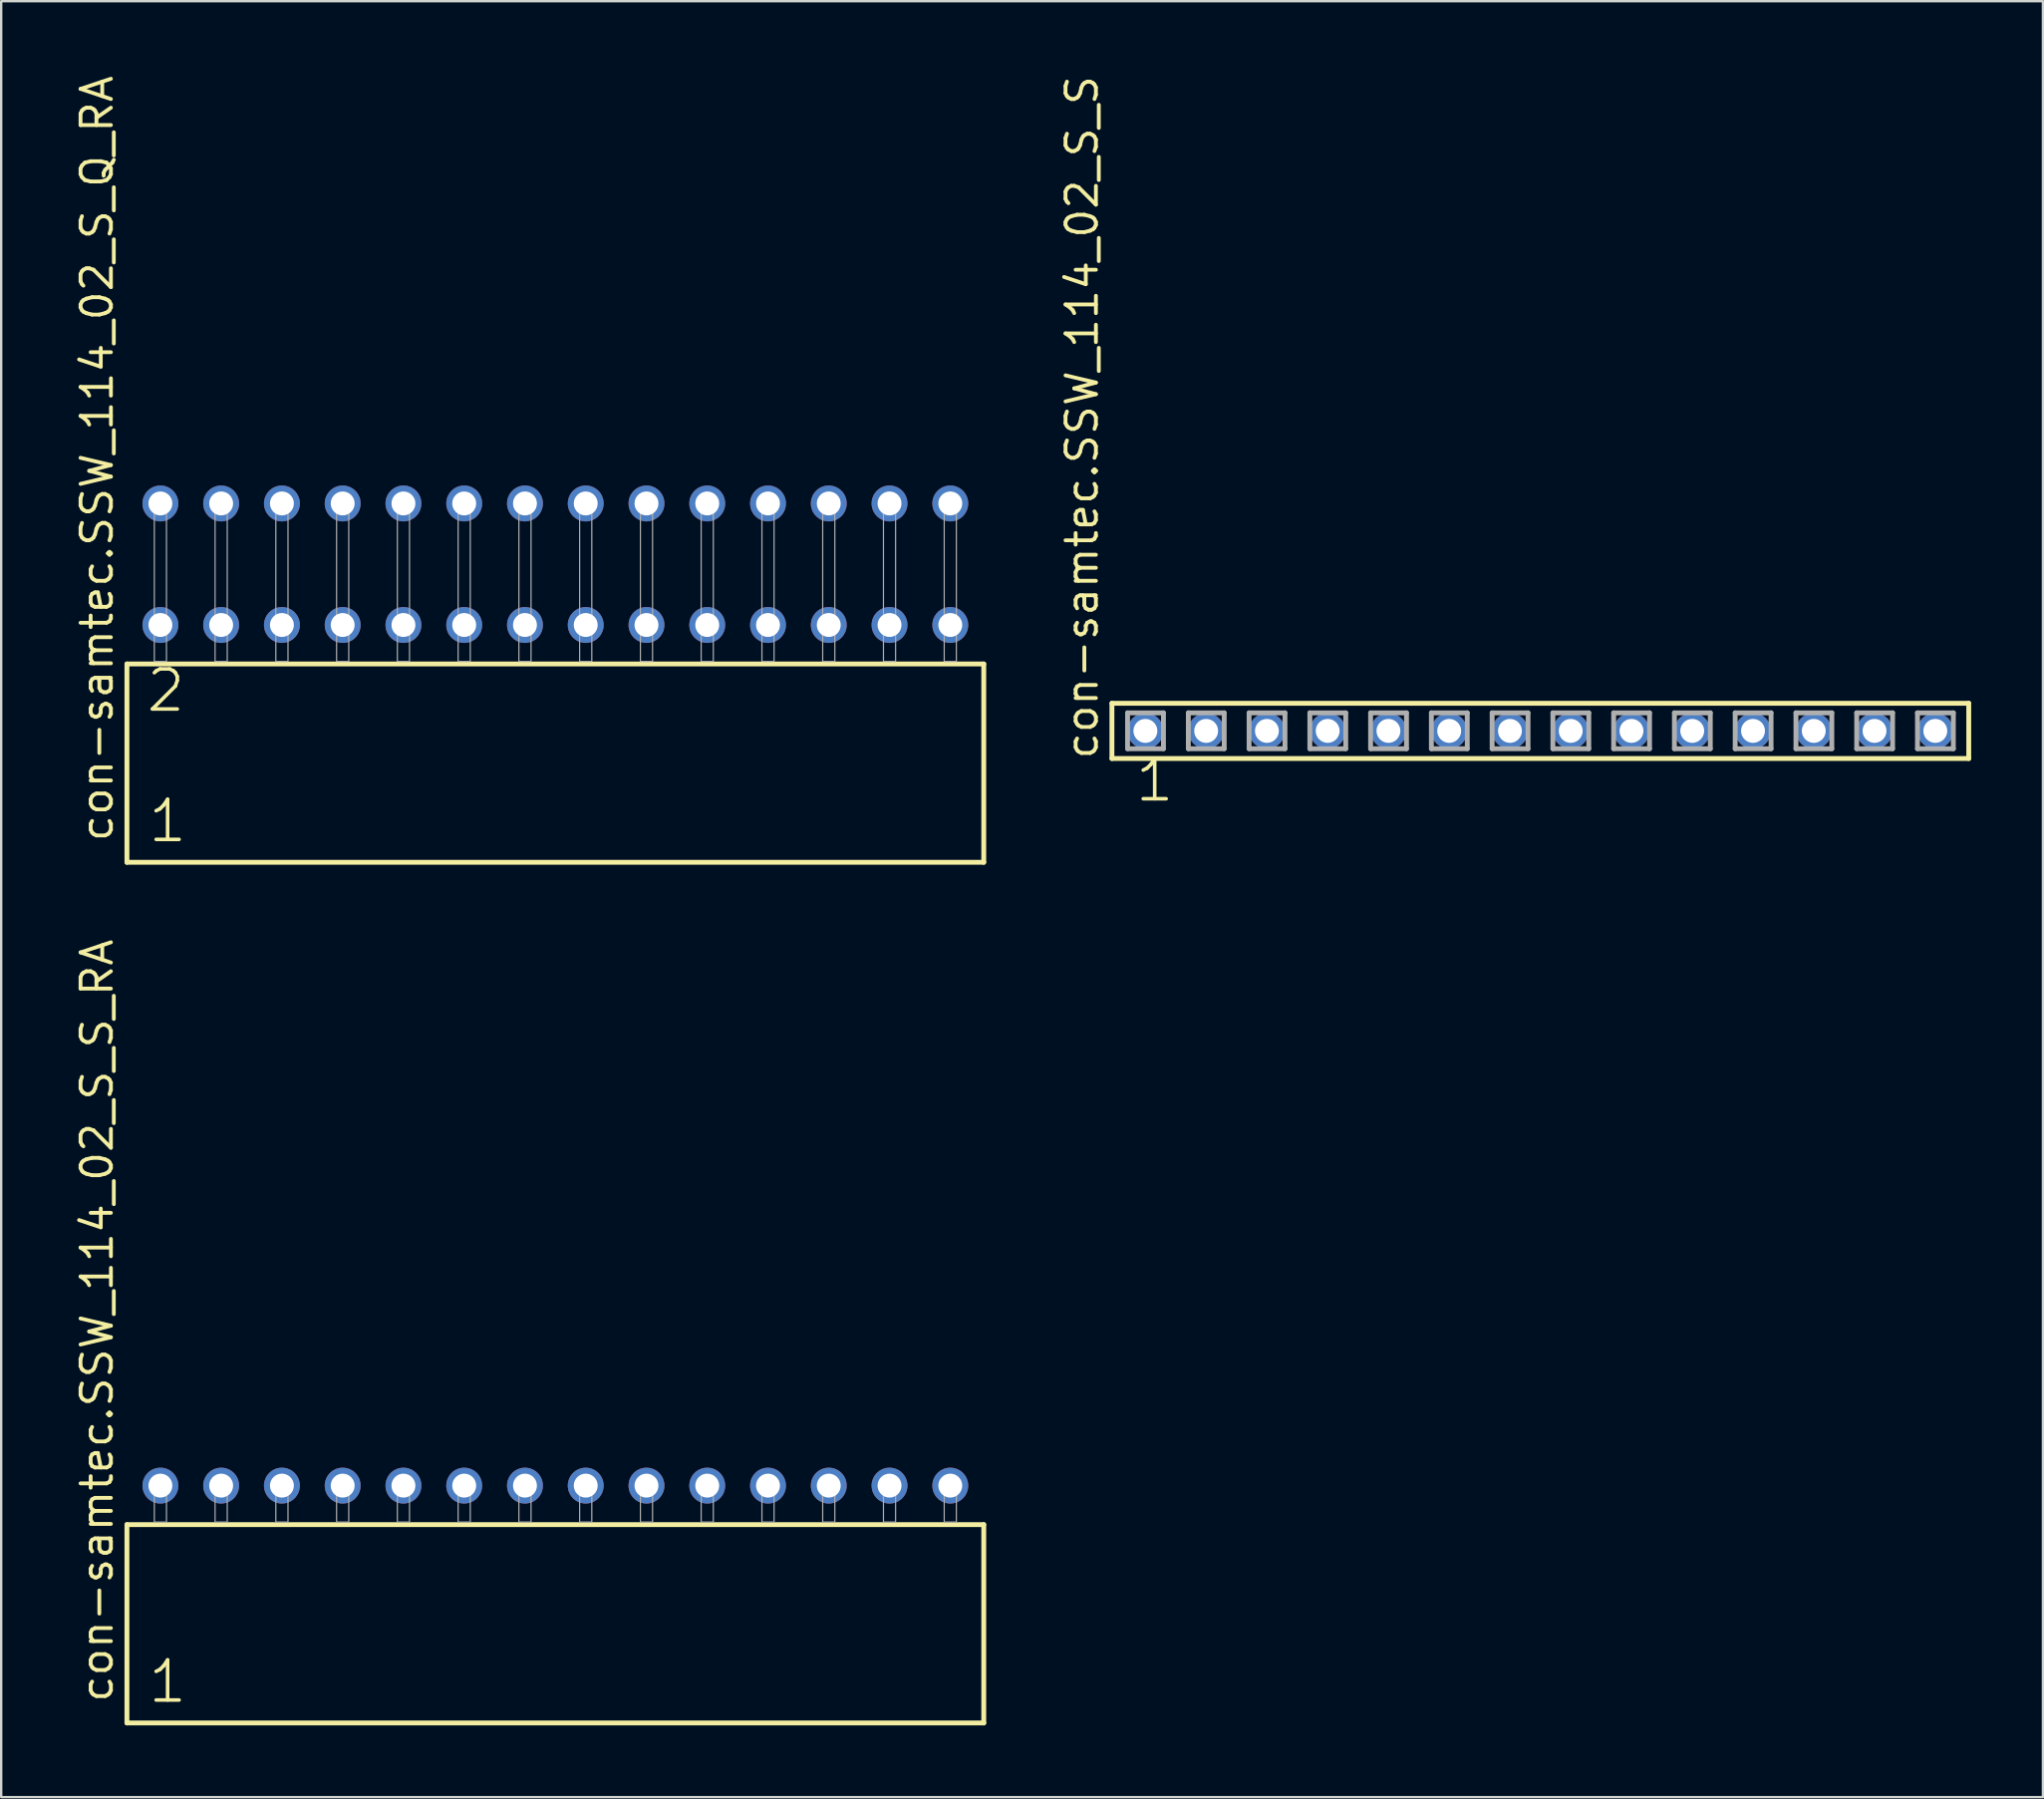
<source format=kicad_pcb>
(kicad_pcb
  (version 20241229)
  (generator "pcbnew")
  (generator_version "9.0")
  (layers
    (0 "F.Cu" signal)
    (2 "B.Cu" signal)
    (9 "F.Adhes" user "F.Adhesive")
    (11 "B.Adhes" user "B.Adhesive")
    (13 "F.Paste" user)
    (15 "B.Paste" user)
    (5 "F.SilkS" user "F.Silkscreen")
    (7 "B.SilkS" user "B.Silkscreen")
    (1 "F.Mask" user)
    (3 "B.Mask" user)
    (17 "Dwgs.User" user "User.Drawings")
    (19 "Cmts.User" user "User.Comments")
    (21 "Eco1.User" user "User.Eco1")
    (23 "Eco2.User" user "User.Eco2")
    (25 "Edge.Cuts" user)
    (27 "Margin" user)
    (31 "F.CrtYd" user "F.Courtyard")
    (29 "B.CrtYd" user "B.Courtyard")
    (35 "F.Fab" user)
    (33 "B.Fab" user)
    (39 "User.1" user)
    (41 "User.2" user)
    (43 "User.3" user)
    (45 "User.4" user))
  (footprint "con-samtec.SSW_114_02_S_S_RA"
    (layer "F.Cu")
    (at 20.165 60.572)
    (property "Reference" "con-samtec.SSW_114_02_S_S_RA" (at -18.415 7.62 90) (layer "F.SilkS") (effects (font (size 1.27 1.27) (thickness 0.16)) (justify left bottom)))
    (attr through_hole)
    (fp_line (start -17.909 0.106) (end -17.909 8.396) (stroke (width 0.203) (type default)) (layer "F.SilkS"))
    (fp_line (start -17.909 8.396) (end 17.909 8.396) (stroke (width 0.203) (type default)) (layer "F.SilkS"))
    (fp_line (start 17.909 0.106) (end -17.909 0.106) (stroke (width 0.203) (type default)) (layer "F.SilkS"))
    (fp_line (start 17.909 8.396) (end 17.909 0.106) (stroke (width 0.203) (type default)) (layer "F.SilkS"))
    (fp_rect (start -16.764 0) (end -16.256 -1.778) (stroke (width 0.05) (type default)) (fill no) (layer "F.Fab"))
    (fp_rect (start -14.224 0) (end -13.716 -1.778) (stroke (width 0.05) (type default)) (fill no) (layer "F.Fab"))
    (fp_rect (start -11.684 0) (end -11.176 -1.778) (stroke (width 0.05) (type default)) (fill no) (layer "F.Fab"))
    (fp_rect (start -9.144 0) (end -8.636 -1.778) (stroke (width 0.05) (type default)) (fill no) (layer "F.Fab"))
    (fp_rect (start -6.604 0) (end -6.096 -1.778) (stroke (width 0.05) (type default)) (fill no) (layer "F.Fab"))
    (fp_rect (start -4.064 0) (end -3.556 -1.778) (stroke (width 0.05) (type default)) (fill no) (layer "F.Fab"))
    (fp_rect (start -1.524 0) (end -1.016 -1.778) (stroke (width 0.05) (type default)) (fill no) (layer "F.Fab"))
    (fp_rect (start 1.016 0) (end 1.524 -1.778) (stroke (width 0.05) (type default)) (fill no) (layer "F.Fab"))
    (fp_rect (start 3.556 0) (end 4.064 -1.778) (stroke (width 0.05) (type default)) (fill no) (layer "F.Fab"))
    (fp_rect (start 6.096 0) (end 6.604 -1.778) (stroke (width 0.05) (type default)) (fill no) (layer "F.Fab"))
    (fp_rect (start 8.636 0) (end 9.144 -1.778) (stroke (width 0.05) (type default)) (fill no) (layer "F.Fab"))
    (fp_rect (start 11.176 0) (end 11.684 -1.778) (stroke (width 0.05) (type default)) (fill no) (layer "F.Fab"))
    (fp_rect (start 13.716 0) (end 14.224 -1.778) (stroke (width 0.05) (type default)) (fill no) (layer "F.Fab"))
    (fp_rect (start 16.256 0) (end 16.764 -1.778) (stroke (width 0.05) (type default)) (fill no) (layer "F.Fab"))
    (fp_text user "1" (at -17.105 7.65 0) (layer "F.SilkS") (effects (font (size 1.676 1.676) (thickness 0.15)) (justify left bottom)))
    (pad "1" thru_hole circle (at -16.51 -1.524) (size 1.5 1.5) (drill 1) (layers "*.Cu" "*.Mask"))
    (pad "2" thru_hole circle (at -13.97 -1.524) (size 1.5 1.5) (drill 1) (layers "*.Cu" "*.Mask"))
    (pad "3" thru_hole circle (at -11.43 -1.524) (size 1.5 1.5) (drill 1) (layers "*.Cu" "*.Mask"))
    (pad "4" thru_hole circle (at -8.89 -1.524) (size 1.5 1.5) (drill 1) (layers "*.Cu" "*.Mask"))
    (pad "5" thru_hole circle (at -6.35 -1.524) (size 1.5 1.5) (drill 1) (layers "*.Cu" "*.Mask"))
    (pad "6" thru_hole circle (at -3.81 -1.524) (size 1.5 1.5) (drill 1) (layers "*.Cu" "*.Mask"))
    (pad "7" thru_hole circle (at -1.27 -1.524) (size 1.5 1.5) (drill 1) (layers "*.Cu" "*.Mask"))
    (pad "8" thru_hole circle (at 1.27 -1.524) (size 1.5 1.5) (drill 1) (layers "*.Cu" "*.Mask"))
    (pad "9" thru_hole circle (at 3.81 -1.524) (size 1.5 1.5) (drill 1) (layers "*.Cu" "*.Mask"))
    (pad "10" thru_hole circle (at 6.35 -1.524) (size 1.5 1.5) (drill 1) (layers "*.Cu" "*.Mask"))
    (pad "11" thru_hole circle (at 8.89 -1.524) (size 1.5 1.5) (drill 1) (layers "*.Cu" "*.Mask"))
    (pad "12" thru_hole circle (at 11.43 -1.524) (size 1.5 1.5) (drill 1) (layers "*.Cu" "*.Mask"))
    (pad "13" thru_hole circle (at 13.97 -1.524) (size 1.5 1.5) (drill 1) (layers "*.Cu" "*.Mask"))
    (pad "14" thru_hole circle (at 16.51 -1.524) (size 1.5 1.5) (drill 1) (layers "*.Cu" "*.Mask")))
  (footprint "con-samtec.SSW_114_02_S_S"
    (layer "F.Cu")
    (at 61.341 27.501)
    (property "Reference" "con-samtec.SSW_114_02_S_S" (at -18.415 1.27 90) (layer "F.SilkS") (effects (font (size 1.27 1.27) (thickness 0.16)) (justify left bottom)))
    (attr through_hole)
    (fp_line (start -17.909 -1.155) (end 17.909 -1.155) (stroke (width 0.203) (type default)) (layer "F.SilkS"))
    (fp_line (start -17.909 1.155) (end -17.909 -1.155) (stroke (width 0.203) (type default)) (layer "F.SilkS"))
    (fp_line (start 17.909 -1.155) (end 17.909 1.155) (stroke (width 0.203) (type default)) (layer "F.SilkS"))
    (fp_line (start 17.909 1.155) (end -17.909 1.155) (stroke (width 0.203) (type default)) (layer "F.SilkS"))
    (fp_line (start -17.255 -0.755) (end -15.755 -0.755) (stroke (width 0.203) (type default)) (layer "F.Fab"))
    (fp_line (start -17.255 0.745) (end -17.255 -0.755) (stroke (width 0.203) (type default)) (layer "F.Fab"))
    (fp_line (start -15.755 -0.755) (end -15.755 0.745) (stroke (width 0.203) (type default)) (layer "F.Fab"))
    (fp_line (start -15.755 0.745) (end -17.255 0.745) (stroke (width 0.203) (type default)) (layer "F.Fab"))
    (fp_line (start -14.715 -0.755) (end -13.215 -0.755) (stroke (width 0.203) (type default)) (layer "F.Fab"))
    (fp_line (start -14.715 0.745) (end -14.715 -0.755) (stroke (width 0.203) (type default)) (layer "F.Fab"))
    (fp_line (start -13.215 -0.755) (end -13.215 0.745) (stroke (width 0.203) (type default)) (layer "F.Fab"))
    (fp_line (start -13.215 0.745) (end -14.715 0.745) (stroke (width 0.203) (type default)) (layer "F.Fab"))
    (fp_line (start -12.175 -0.755) (end -10.675 -0.755) (stroke (width 0.203) (type default)) (layer "F.Fab"))
    (fp_line (start -12.175 0.745) (end -12.175 -0.755) (stroke (width 0.203) (type default)) (layer "F.Fab"))
    (fp_line (start -10.675 -0.755) (end -10.675 0.745) (stroke (width 0.203) (type default)) (layer "F.Fab"))
    (fp_line (start -10.675 0.745) (end -12.175 0.745) (stroke (width 0.203) (type default)) (layer "F.Fab"))
    (fp_line (start -9.635 -0.755) (end -8.135 -0.755) (stroke (width 0.203) (type default)) (layer "F.Fab"))
    (fp_line (start -9.635 0.745) (end -9.635 -0.755) (stroke (width 0.203) (type default)) (layer "F.Fab"))
    (fp_line (start -8.135 -0.755) (end -8.135 0.745) (stroke (width 0.203) (type default)) (layer "F.Fab"))
    (fp_line (start -8.135 0.745) (end -9.635 0.745) (stroke (width 0.203) (type default)) (layer "F.Fab"))
    (fp_line (start -7.095 -0.755) (end -5.595 -0.755) (stroke (width 0.203) (type default)) (layer "F.Fab"))
    (fp_line (start -7.095 0.745) (end -7.095 -0.755) (stroke (width 0.203) (type default)) (layer "F.Fab"))
    (fp_line (start -5.595 -0.755) (end -5.595 0.745) (stroke (width 0.203) (type default)) (layer "F.Fab"))
    (fp_line (start -5.595 0.745) (end -7.095 0.745) (stroke (width 0.203) (type default)) (layer "F.Fab"))
    (fp_line (start -4.555 -0.755) (end -3.055 -0.755) (stroke (width 0.203) (type default)) (layer "F.Fab"))
    (fp_line (start -4.555 0.745) (end -4.555 -0.755) (stroke (width 0.203) (type default)) (layer "F.Fab"))
    (fp_line (start -3.055 -0.755) (end -3.055 0.745) (stroke (width 0.203) (type default)) (layer "F.Fab"))
    (fp_line (start -3.055 0.745) (end -4.555 0.745) (stroke (width 0.203) (type default)) (layer "F.Fab"))
    (fp_line (start -2.015 -0.755) (end -0.515 -0.755) (stroke (width 0.203) (type default)) (layer "F.Fab"))
    (fp_line (start -2.015 0.745) (end -2.015 -0.755) (stroke (width 0.203) (type default)) (layer "F.Fab"))
    (fp_line (start -0.515 -0.755) (end -0.515 0.745) (stroke (width 0.203) (type default)) (layer "F.Fab"))
    (fp_line (start -0.515 0.745) (end -2.015 0.745) (stroke (width 0.203) (type default)) (layer "F.Fab"))
    (fp_line (start 0.525 -0.755) (end 2.025 -0.755) (stroke (width 0.203) (type default)) (layer "F.Fab"))
    (fp_line (start 0.525 0.745) (end 0.525 -0.755) (stroke (width 0.203) (type default)) (layer "F.Fab"))
    (fp_line (start 2.025 -0.755) (end 2.025 0.745) (stroke (width 0.203) (type default)) (layer "F.Fab"))
    (fp_line (start 2.025 0.745) (end 0.525 0.745) (stroke (width 0.203) (type default)) (layer "F.Fab"))
    (fp_line (start 3.065 -0.755) (end 4.565 -0.755) (stroke (width 0.203) (type default)) (layer "F.Fab"))
    (fp_line (start 3.065 0.745) (end 3.065 -0.755) (stroke (width 0.203) (type default)) (layer "F.Fab"))
    (fp_line (start 4.565 -0.755) (end 4.565 0.745) (stroke (width 0.203) (type default)) (layer "F.Fab"))
    (fp_line (start 4.565 0.745) (end 3.065 0.745) (stroke (width 0.203) (type default)) (layer "F.Fab"))
    (fp_line (start 5.605 -0.755) (end 7.105 -0.755) (stroke (width 0.203) (type default)) (layer "F.Fab"))
    (fp_line (start 5.605 0.745) (end 5.605 -0.755) (stroke (width 0.203) (type default)) (layer "F.Fab"))
    (fp_line (start 7.105 -0.755) (end 7.105 0.745) (stroke (width 0.203) (type default)) (layer "F.Fab"))
    (fp_line (start 7.105 0.745) (end 5.605 0.745) (stroke (width 0.203) (type default)) (layer "F.Fab"))
    (fp_line (start 8.145 -0.755) (end 9.645 -0.755) (stroke (width 0.203) (type default)) (layer "F.Fab"))
    (fp_line (start 8.145 0.745) (end 8.145 -0.755) (stroke (width 0.203) (type default)) (layer "F.Fab"))
    (fp_line (start 9.645 -0.755) (end 9.645 0.745) (stroke (width 0.203) (type default)) (layer "F.Fab"))
    (fp_line (start 9.645 0.745) (end 8.145 0.745) (stroke (width 0.203) (type default)) (layer "F.Fab"))
    (fp_line (start 10.685 -0.755) (end 12.185 -0.755) (stroke (width 0.203) (type default)) (layer "F.Fab"))
    (fp_line (start 10.685 0.745) (end 10.685 -0.755) (stroke (width 0.203) (type default)) (layer "F.Fab"))
    (fp_line (start 12.185 -0.755) (end 12.185 0.745) (stroke (width 0.203) (type default)) (layer "F.Fab"))
    (fp_line (start 12.185 0.745) (end 10.685 0.745) (stroke (width 0.203) (type default)) (layer "F.Fab"))
    (fp_line (start 13.225 -0.755) (end 14.725 -0.755) (stroke (width 0.203) (type default)) (layer "F.Fab"))
    (fp_line (start 13.225 0.745) (end 13.225 -0.755) (stroke (width 0.203) (type default)) (layer "F.Fab"))
    (fp_line (start 14.725 -0.755) (end 14.725 0.745) (stroke (width 0.203) (type default)) (layer "F.Fab"))
    (fp_line (start 14.725 0.745) (end 13.225 0.745) (stroke (width 0.203) (type default)) (layer "F.Fab"))
    (fp_line (start 15.765 -0.755) (end 17.265 -0.755) (stroke (width 0.203) (type default)) (layer "F.Fab"))
    (fp_line (start 15.765 0.745) (end 15.765 -0.755) (stroke (width 0.203) (type default)) (layer "F.Fab"))
    (fp_line (start 17.265 -0.755) (end 17.265 0.745) (stroke (width 0.203) (type default)) (layer "F.Fab"))
    (fp_line (start 17.265 0.745) (end 15.765 0.745) (stroke (width 0.203) (type default)) (layer "F.Fab"))
    (fp_text user "1" (at -17.018 3.048 0) (layer "F.SilkS") (effects (font (size 1.676 1.676) (thickness 0.15)) (justify left bottom)))
    (pad "1" thru_hole circle (at -16.51 0) (size 1.5 1.5) (drill 1) (layers "*.Cu" "*.Mask"))
    (pad "2" thru_hole circle (at -13.97 0) (size 1.5 1.5) (drill 1) (layers "*.Cu" "*.Mask"))
    (pad "3" thru_hole circle (at -11.43 0) (size 1.5 1.5) (drill 1) (layers "*.Cu" "*.Mask"))
    (pad "4" thru_hole circle (at -8.89 0) (size 1.5 1.5) (drill 1) (layers "*.Cu" "*.Mask"))
    (pad "5" thru_hole circle (at -6.35 0) (size 1.5 1.5) (drill 1) (layers "*.Cu" "*.Mask"))
    (pad "6" thru_hole circle (at -3.81 0) (size 1.5 1.5) (drill 1) (layers "*.Cu" "*.Mask"))
    (pad "7" thru_hole circle (at -1.27 0) (size 1.5 1.5) (drill 1) (layers "*.Cu" "*.Mask"))
    (pad "8" thru_hole circle (at 1.27 0) (size 1.5 1.5) (drill 1) (layers "*.Cu" "*.Mask"))
    (pad "9" thru_hole circle (at 3.81 0) (size 1.5 1.5) (drill 1) (layers "*.Cu" "*.Mask"))
    (pad "10" thru_hole circle (at 6.35 0) (size 1.5 1.5) (drill 1) (layers "*.Cu" "*.Mask"))
    (pad "11" thru_hole circle (at 8.89 0) (size 1.5 1.5) (drill 1) (layers "*.Cu" "*.Mask"))
    (pad "12" thru_hole circle (at 11.43 0) (size 1.5 1.5) (drill 1) (layers "*.Cu" "*.Mask"))
    (pad "13" thru_hole circle (at 13.97 0) (size 1.5 1.5) (drill 1) (layers "*.Cu" "*.Mask"))
    (pad "14" thru_hole circle (at 16.51 0) (size 1.5 1.5) (drill 1) (layers "*.Cu" "*.Mask")))
  (footprint "con-samtec.SSW_114_02_S_Q_RA"
    (layer "F.Cu")
    (at 20.165 24.598)
    (property "Reference" "con-samtec.SSW_114_02_S_Q_RA" (at -18.415 7.62 90) (layer "F.SilkS") (effects (font (size 1.27 1.27) (thickness 0.16)) (justify left bottom)))
    (attr through_hole)
    (fp_line (start -17.909 0.106) (end -17.909 8.396) (stroke (width 0.203) (type default)) (layer "F.SilkS"))
    (fp_line (start -17.909 8.396) (end 17.909 8.396) (stroke (width 0.203) (type default)) (layer "F.SilkS"))
    (fp_line (start 17.909 0.106) (end -17.909 0.106) (stroke (width 0.203) (type default)) (layer "F.SilkS"))
    (fp_line (start 17.909 8.396) (end 17.909 0.106) (stroke (width 0.203) (type default)) (layer "F.SilkS"))
    (fp_rect (start -16.764 0) (end -16.256 -6.858) (stroke (width 0.05) (type default)) (fill no) (layer "F.Fab"))
    (fp_rect (start -14.224 0) (end -13.716 -6.858) (stroke (width 0.05) (type default)) (fill no) (layer "F.Fab"))
    (fp_rect (start -11.684 0) (end -11.176 -6.858) (stroke (width 0.05) (type default)) (fill no) (layer "F.Fab"))
    (fp_rect (start -9.144 0) (end -8.636 -6.858) (stroke (width 0.05) (type default)) (fill no) (layer "F.Fab"))
    (fp_rect (start -6.604 0) (end -6.096 -6.858) (stroke (width 0.05) (type default)) (fill no) (layer "F.Fab"))
    (fp_rect (start -4.064 0) (end -3.556 -6.858) (stroke (width 0.05) (type default)) (fill no) (layer "F.Fab"))
    (fp_rect (start -1.524 0) (end -1.016 -6.858) (stroke (width 0.05) (type default)) (fill no) (layer "F.Fab"))
    (fp_rect (start 1.016 0) (end 1.524 -6.858) (stroke (width 0.05) (type default)) (fill no) (layer "F.Fab"))
    (fp_rect (start 3.556 0) (end 4.064 -6.858) (stroke (width 0.05) (type default)) (fill no) (layer "F.Fab"))
    (fp_rect (start 6.096 0) (end 6.604 -6.858) (stroke (width 0.05) (type default)) (fill no) (layer "F.Fab"))
    (fp_rect (start 8.636 0) (end 9.144 -6.858) (stroke (width 0.05) (type default)) (fill no) (layer "F.Fab"))
    (fp_rect (start 11.176 0) (end 11.684 -6.858) (stroke (width 0.05) (type default)) (fill no) (layer "F.Fab"))
    (fp_rect (start 13.716 0) (end 14.224 -6.858) (stroke (width 0.05) (type default)) (fill no) (layer "F.Fab"))
    (fp_rect (start 16.256 0) (end 16.764 -6.858) (stroke (width 0.05) (type default)) (fill no) (layer "F.Fab"))
    (fp_text user "1" (at -17.105 7.65 0) (layer "F.SilkS") (effects (font (size 1.676 1.676) (thickness 0.15)) (justify left bottom)))
    (fp_text user "2" (at -17.18 2.2 0) (layer "F.SilkS") (effects (font (size 1.676 1.676) (thickness 0.15)) (justify left bottom)))
    (pad "1" thru_hole circle (at -16.51 -1.524) (size 1.5 1.5) (drill 1) (layers "*.Cu" "*.Mask"))
    (pad "2" thru_hole circle (at -16.51 -6.604) (size 1.5 1.5) (drill 1) (layers "*.Cu" "*.Mask"))
    (pad "3" thru_hole circle (at -13.97 -1.524) (size 1.5 1.5) (drill 1) (layers "*.Cu" "*.Mask"))
    (pad "4" thru_hole circle (at -13.97 -6.604) (size 1.5 1.5) (drill 1) (layers "*.Cu" "*.Mask"))
    (pad "5" thru_hole circle (at -11.43 -1.524) (size 1.5 1.5) (drill 1) (layers "*.Cu" "*.Mask"))
    (pad "6" thru_hole circle (at -11.43 -6.604) (size 1.5 1.5) (drill 1) (layers "*.Cu" "*.Mask"))
    (pad "7" thru_hole circle (at -8.89 -1.524) (size 1.5 1.5) (drill 1) (layers "*.Cu" "*.Mask"))
    (pad "8" thru_hole circle (at -8.89 -6.604) (size 1.5 1.5) (drill 1) (layers "*.Cu" "*.Mask"))
    (pad "9" thru_hole circle (at -6.35 -1.524) (size 1.5 1.5) (drill 1) (layers "*.Cu" "*.Mask"))
    (pad "10" thru_hole circle (at -6.35 -6.604) (size 1.5 1.5) (drill 1) (layers "*.Cu" "*.Mask"))
    (pad "11" thru_hole circle (at -3.81 -1.524) (size 1.5 1.5) (drill 1) (layers "*.Cu" "*.Mask"))
    (pad "12" thru_hole circle (at -3.81 -6.604) (size 1.5 1.5) (drill 1) (layers "*.Cu" "*.Mask"))
    (pad "13" thru_hole circle (at -1.27 -1.524) (size 1.5 1.5) (drill 1) (layers "*.Cu" "*.Mask"))
    (pad "14" thru_hole circle (at -1.27 -6.604) (size 1.5 1.5) (drill 1) (layers "*.Cu" "*.Mask"))
    (pad "15" thru_hole circle (at 1.27 -1.524) (size 1.5 1.5) (drill 1) (layers "*.Cu" "*.Mask"))
    (pad "16" thru_hole circle (at 1.27 -6.604) (size 1.5 1.5) (drill 1) (layers "*.Cu" "*.Mask"))
    (pad "17" thru_hole circle (at 3.81 -1.524) (size 1.5 1.5) (drill 1) (layers "*.Cu" "*.Mask"))
    (pad "18" thru_hole circle (at 3.81 -6.604) (size 1.5 1.5) (drill 1) (layers "*.Cu" "*.Mask"))
    (pad "19" thru_hole circle (at 6.35 -1.524) (size 1.5 1.5) (drill 1) (layers "*.Cu" "*.Mask"))
    (pad "20" thru_hole circle (at 6.35 -6.604) (size 1.5 1.5) (drill 1) (layers "*.Cu" "*.Mask"))
    (pad "21" thru_hole circle (at 8.89 -1.524) (size 1.5 1.5) (drill 1) (layers "*.Cu" "*.Mask"))
    (pad "22" thru_hole circle (at 8.89 -6.604) (size 1.5 1.5) (drill 1) (layers "*.Cu" "*.Mask"))
    (pad "23" thru_hole circle (at 11.43 -1.524) (size 1.5 1.5) (drill 1) (layers "*.Cu" "*.Mask"))
    (pad "24" thru_hole circle (at 11.43 -6.604) (size 1.5 1.5) (drill 1) (layers "*.Cu" "*.Mask"))
    (pad "25" thru_hole circle (at 13.97 -1.524) (size 1.5 1.5) (drill 1) (layers "*.Cu" "*.Mask"))
    (pad "26" thru_hole circle (at 13.97 -6.604) (size 1.5 1.5) (drill 1) (layers "*.Cu" "*.Mask"))
    (pad "27" thru_hole circle (at 16.51 -1.524) (size 1.5 1.5) (drill 1) (layers "*.Cu" "*.Mask"))
    (pad "28" thru_hole circle (at 16.51 -6.604) (size 1.5 1.5) (drill 1) (layers "*.Cu" "*.Mask")))
  (gr_rect
    (start -3 -3)
    (end 82.351 72.07)
    (stroke (width 0.1) (type default))
    (fill no)
    (layer "Edge.Cuts")))
</source>
